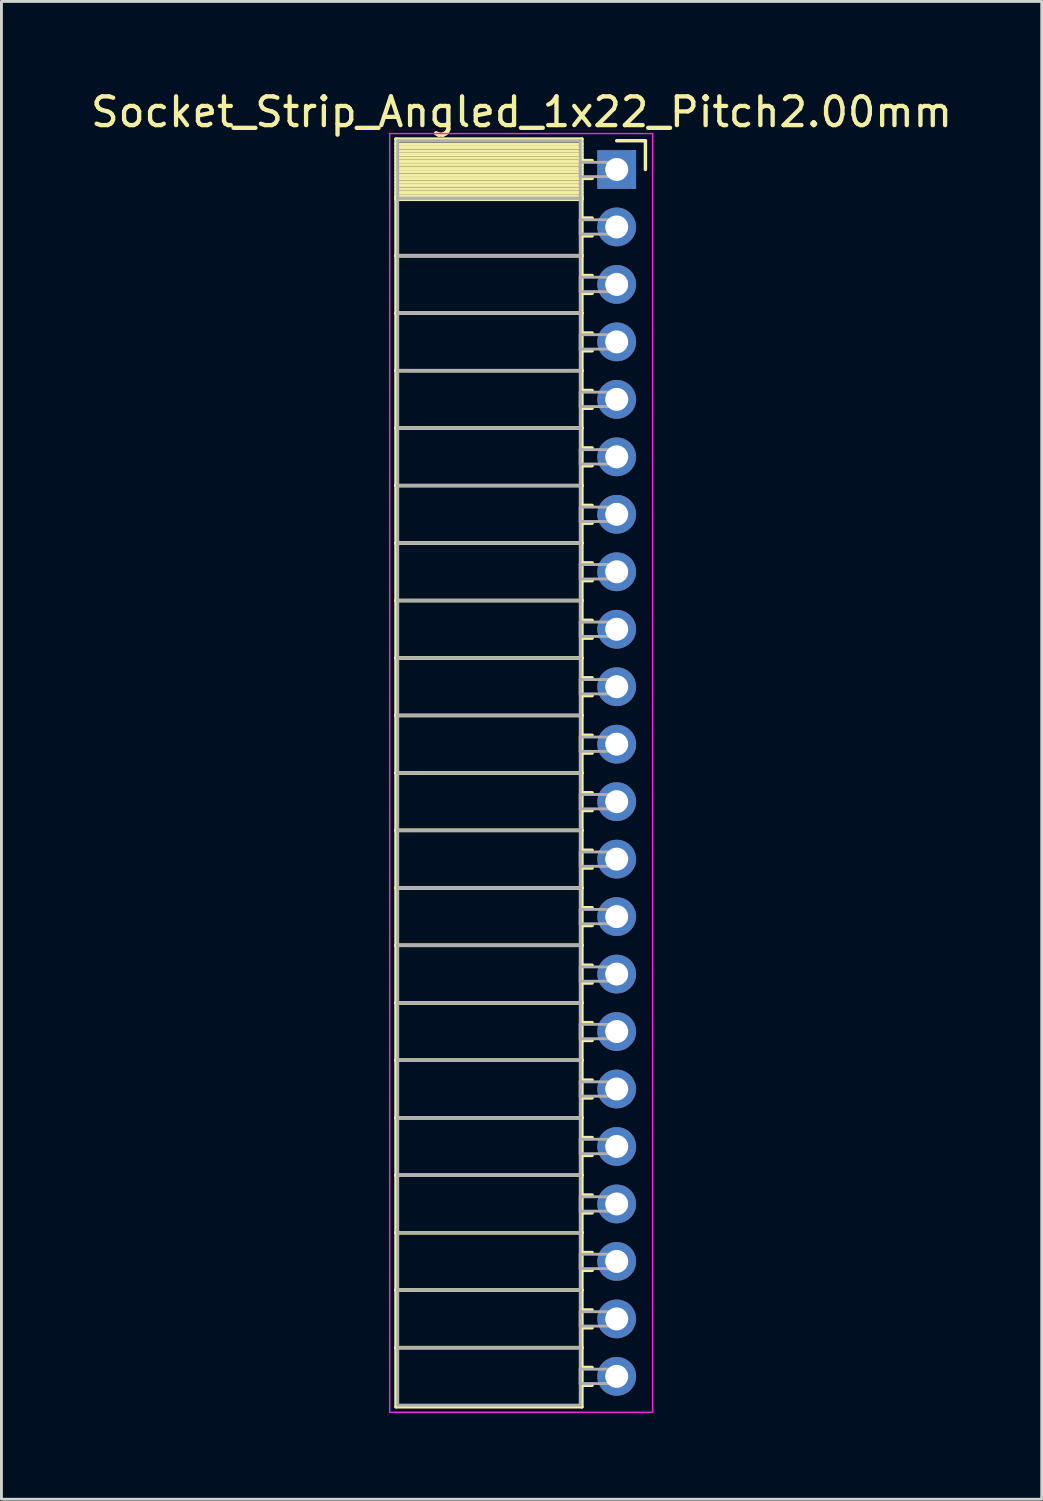
<source format=kicad_pcb>
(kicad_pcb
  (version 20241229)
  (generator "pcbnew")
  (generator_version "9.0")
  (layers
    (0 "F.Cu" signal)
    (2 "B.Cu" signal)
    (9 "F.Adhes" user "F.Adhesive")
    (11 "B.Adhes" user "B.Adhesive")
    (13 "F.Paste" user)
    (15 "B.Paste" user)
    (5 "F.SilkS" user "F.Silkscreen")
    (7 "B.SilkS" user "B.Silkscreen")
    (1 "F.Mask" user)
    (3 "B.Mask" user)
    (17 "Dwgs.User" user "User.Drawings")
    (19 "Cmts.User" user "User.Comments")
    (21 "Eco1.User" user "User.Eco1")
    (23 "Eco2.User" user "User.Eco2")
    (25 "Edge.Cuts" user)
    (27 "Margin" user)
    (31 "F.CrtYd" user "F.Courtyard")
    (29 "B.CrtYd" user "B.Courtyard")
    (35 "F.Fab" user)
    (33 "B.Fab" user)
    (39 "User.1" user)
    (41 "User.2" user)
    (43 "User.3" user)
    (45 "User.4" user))
  (footprint "Socket_Strip_Angled_1x22_Pitch2.00mm"
    (layer "F.Cu")
    (at 18.411 2.848)
    (property "Reference" "Socket_Strip_Angled_1x22_Pitch2.00mm" (at -3.31 -2 0) (layer "F.SilkS") (effects (font (size 1 1) (thickness 0.15))))
    (attr through_hole)
    (fp_line (start -7.68 -1.06) (end -1.21 -1.06) (stroke (width 0.12) (type solid)) (layer "F.SilkS"))
    (fp_line (start -7.68 1) (end -7.68 -1.06) (stroke (width 0.12) (type solid)) (layer "F.SilkS"))
    (fp_line (start -7.68 1) (end -1.21 1) (stroke (width 0.12) (type solid)) (layer "F.SilkS"))
    (fp_line (start -7.68 3) (end -7.68 1) (stroke (width 0.12) (type solid)) (layer "F.SilkS"))
    (fp_line (start -7.68 3) (end -1.21 3) (stroke (width 0.12) (type solid)) (layer "F.SilkS"))
    (fp_line (start -7.68 5) (end -7.68 3) (stroke (width 0.12) (type solid)) (layer "F.SilkS"))
    (fp_line (start -7.68 5) (end -1.21 5) (stroke (width 0.12) (type solid)) (layer "F.SilkS"))
    (fp_line (start -7.68 7) (end -7.68 5) (stroke (width 0.12) (type solid)) (layer "F.SilkS"))
    (fp_line (start -7.68 7) (end -1.21 7) (stroke (width 0.12) (type solid)) (layer "F.SilkS"))
    (fp_line (start -7.68 9) (end -7.68 7) (stroke (width 0.12) (type solid)) (layer "F.SilkS"))
    (fp_line (start -7.68 9) (end -1.21 9) (stroke (width 0.12) (type solid)) (layer "F.SilkS"))
    (fp_line (start -7.68 11) (end -7.68 9) (stroke (width 0.12) (type solid)) (layer "F.SilkS"))
    (fp_line (start -7.68 11) (end -1.21 11) (stroke (width 0.12) (type solid)) (layer "F.SilkS"))
    (fp_line (start -7.68 13) (end -7.68 11) (stroke (width 0.12) (type solid)) (layer "F.SilkS"))
    (fp_line (start -7.68 13) (end -1.21 13) (stroke (width 0.12) (type solid)) (layer "F.SilkS"))
    (fp_line (start -7.68 15) (end -7.68 13) (stroke (width 0.12) (type solid)) (layer "F.SilkS"))
    (fp_line (start -7.68 15) (end -1.21 15) (stroke (width 0.12) (type solid)) (layer "F.SilkS"))
    (fp_line (start -7.68 17) (end -7.68 15) (stroke (width 0.12) (type solid)) (layer "F.SilkS"))
    (fp_line (start -7.68 17) (end -1.21 17) (stroke (width 0.12) (type solid)) (layer "F.SilkS"))
    (fp_line (start -7.68 19) (end -7.68 17) (stroke (width 0.12) (type solid)) (layer "F.SilkS"))
    (fp_line (start -7.68 19) (end -1.21 19) (stroke (width 0.12) (type solid)) (layer "F.SilkS"))
    (fp_line (start -7.68 21) (end -7.68 19) (stroke (width 0.12) (type solid)) (layer "F.SilkS"))
    (fp_line (start -7.68 21) (end -1.21 21) (stroke (width 0.12) (type solid)) (layer "F.SilkS"))
    (fp_line (start -7.68 23) (end -7.68 21) (stroke (width 0.12) (type solid)) (layer "F.SilkS"))
    (fp_line (start -7.68 23) (end -1.21 23) (stroke (width 0.12) (type solid)) (layer "F.SilkS"))
    (fp_line (start -7.68 25) (end -7.68 23) (stroke (width 0.12) (type solid)) (layer "F.SilkS"))
    (fp_line (start -7.68 25) (end -1.21 25) (stroke (width 0.12) (type solid)) (layer "F.SilkS"))
    (fp_line (start -7.68 27) (end -7.68 25) (stroke (width 0.12) (type solid)) (layer "F.SilkS"))
    (fp_line (start -7.68 27) (end -1.21 27) (stroke (width 0.12) (type solid)) (layer "F.SilkS"))
    (fp_line (start -7.68 29) (end -7.68 27) (stroke (width 0.12) (type solid)) (layer "F.SilkS"))
    (fp_line (start -7.68 29) (end -1.21 29) (stroke (width 0.12) (type solid)) (layer "F.SilkS"))
    (fp_line (start -7.68 31) (end -7.68 29) (stroke (width 0.12) (type solid)) (layer "F.SilkS"))
    (fp_line (start -7.68 31) (end -1.21 31) (stroke (width 0.12) (type solid)) (layer "F.SilkS"))
    (fp_line (start -7.68 33) (end -7.68 31) (stroke (width 0.12) (type solid)) (layer "F.SilkS"))
    (fp_line (start -7.68 33) (end -1.21 33) (stroke (width 0.12) (type solid)) (layer "F.SilkS"))
    (fp_line (start -7.68 35) (end -7.68 33) (stroke (width 0.12) (type solid)) (layer "F.SilkS"))
    (fp_line (start -7.68 35) (end -1.21 35) (stroke (width 0.12) (type solid)) (layer "F.SilkS"))
    (fp_line (start -7.68 37) (end -7.68 35) (stroke (width 0.12) (type solid)) (layer "F.SilkS"))
    (fp_line (start -7.68 37) (end -1.21 37) (stroke (width 0.12) (type solid)) (layer "F.SilkS"))
    (fp_line (start -7.68 39) (end -7.68 37) (stroke (width 0.12) (type solid)) (layer "F.SilkS"))
    (fp_line (start -7.68 39) (end -1.21 39) (stroke (width 0.12) (type solid)) (layer "F.SilkS"))
    (fp_line (start -7.68 41) (end -7.68 39) (stroke (width 0.12) (type solid)) (layer "F.SilkS"))
    (fp_line (start -7.68 41) (end -1.21 41) (stroke (width 0.12) (type solid)) (layer "F.SilkS"))
    (fp_line (start -7.68 43.06) (end -7.68 41) (stroke (width 0.12) (type solid)) (layer "F.SilkS"))
    (fp_line (start -1.21 -1.06) (end -1.21 1) (stroke (width 0.12) (type solid)) (layer "F.SilkS"))
    (fp_line (start -1.21 -0.88) (end -7.68 -0.88) (stroke (width 0.12) (type solid)) (layer "F.SilkS"))
    (fp_line (start -1.21 -0.76) (end -7.68 -0.76) (stroke (width 0.12) (type solid)) (layer "F.SilkS"))
    (fp_line (start -1.21 -0.64) (end -7.68 -0.64) (stroke (width 0.12) (type solid)) (layer "F.SilkS"))
    (fp_line (start -1.21 -0.52) (end -7.68 -0.52) (stroke (width 0.12) (type solid)) (layer "F.SilkS"))
    (fp_line (start -1.21 -0.4) (end -7.68 -0.4) (stroke (width 0.12) (type solid)) (layer "F.SilkS"))
    (fp_line (start -1.21 -0.28) (end -7.68 -0.28) (stroke (width 0.12) (type solid)) (layer "F.SilkS"))
    (fp_line (start -1.21 -0.16) (end -7.68 -0.16) (stroke (width 0.12) (type solid)) (layer "F.SilkS"))
    (fp_line (start -1.21 -0.04) (end -7.68 -0.04) (stroke (width 0.12) (type solid)) (layer "F.SilkS"))
    (fp_line (start -1.21 0.08) (end -7.68 0.08) (stroke (width 0.12) (type solid)) (layer "F.SilkS"))
    (fp_line (start -1.21 0.2) (end -7.68 0.2) (stroke (width 0.12) (type solid)) (layer "F.SilkS"))
    (fp_line (start -1.21 0.32) (end -7.68 0.32) (stroke (width 0.12) (type solid)) (layer "F.SilkS"))
    (fp_line (start -1.21 0.44) (end -7.68 0.44) (stroke (width 0.12) (type solid)) (layer "F.SilkS"))
    (fp_line (start -1.21 0.56) (end -7.68 0.56) (stroke (width 0.12) (type solid)) (layer "F.SilkS"))
    (fp_line (start -1.21 0.68) (end -7.68 0.68) (stroke (width 0.12) (type solid)) (layer "F.SilkS"))
    (fp_line (start -1.21 0.8) (end -7.68 0.8) (stroke (width 0.12) (type solid)) (layer "F.SilkS"))
    (fp_line (start -1.21 0.92) (end -7.68 0.92) (stroke (width 0.12) (type solid)) (layer "F.SilkS"))
    (fp_line (start -1.21 1) (end -7.68 1) (stroke (width 0.12) (type solid)) (layer "F.SilkS"))
    (fp_line (start -1.21 1) (end -1.21 3) (stroke (width 0.12) (type solid)) (layer "F.SilkS"))
    (fp_line (start -1.21 1.04) (end -7.68 1.04) (stroke (width 0.12) (type solid)) (layer "F.SilkS"))
    (fp_line (start -1.21 3) (end -7.68 3) (stroke (width 0.12) (type solid)) (layer "F.SilkS"))
    (fp_line (start -1.21 3) (end -1.21 5) (stroke (width 0.12) (type solid)) (layer "F.SilkS"))
    (fp_line (start -1.21 5) (end -7.68 5) (stroke (width 0.12) (type solid)) (layer "F.SilkS"))
    (fp_line (start -1.21 5) (end -1.21 7) (stroke (width 0.12) (type solid)) (layer "F.SilkS"))
    (fp_line (start -1.21 7) (end -7.68 7) (stroke (width 0.12) (type solid)) (layer "F.SilkS"))
    (fp_line (start -1.21 7) (end -1.21 9) (stroke (width 0.12) (type solid)) (layer "F.SilkS"))
    (fp_line (start -1.21 9) (end -7.68 9) (stroke (width 0.12) (type solid)) (layer "F.SilkS"))
    (fp_line (start -1.21 9) (end -1.21 11) (stroke (width 0.12) (type solid)) (layer "F.SilkS"))
    (fp_line (start -1.21 11) (end -7.68 11) (stroke (width 0.12) (type solid)) (layer "F.SilkS"))
    (fp_line (start -1.21 11) (end -1.21 13) (stroke (width 0.12) (type solid)) (layer "F.SilkS"))
    (fp_line (start -1.21 13) (end -7.68 13) (stroke (width 0.12) (type solid)) (layer "F.SilkS"))
    (fp_line (start -1.21 13) (end -1.21 15) (stroke (width 0.12) (type solid)) (layer "F.SilkS"))
    (fp_line (start -1.21 15) (end -7.68 15) (stroke (width 0.12) (type solid)) (layer "F.SilkS"))
    (fp_line (start -1.21 15) (end -1.21 17) (stroke (width 0.12) (type solid)) (layer "F.SilkS"))
    (fp_line (start -1.21 17) (end -7.68 17) (stroke (width 0.12) (type solid)) (layer "F.SilkS"))
    (fp_line (start -1.21 17) (end -1.21 19) (stroke (width 0.12) (type solid)) (layer "F.SilkS"))
    (fp_line (start -1.21 19) (end -7.68 19) (stroke (width 0.12) (type solid)) (layer "F.SilkS"))
    (fp_line (start -1.21 19) (end -1.21 21) (stroke (width 0.12) (type solid)) (layer "F.SilkS"))
    (fp_line (start -1.21 21) (end -7.68 21) (stroke (width 0.12) (type solid)) (layer "F.SilkS"))
    (fp_line (start -1.21 21) (end -1.21 23) (stroke (width 0.12) (type solid)) (layer "F.SilkS"))
    (fp_line (start -1.21 23) (end -7.68 23) (stroke (width 0.12) (type solid)) (layer "F.SilkS"))
    (fp_line (start -1.21 23) (end -1.21 25) (stroke (width 0.12) (type solid)) (layer "F.SilkS"))
    (fp_line (start -1.21 25) (end -7.68 25) (stroke (width 0.12) (type solid)) (layer "F.SilkS"))
    (fp_line (start -1.21 25) (end -1.21 27) (stroke (width 0.12) (type solid)) (layer "F.SilkS"))
    (fp_line (start -1.21 27) (end -7.68 27) (stroke (width 0.12) (type solid)) (layer "F.SilkS"))
    (fp_line (start -1.21 27) (end -1.21 29) (stroke (width 0.12) (type solid)) (layer "F.SilkS"))
    (fp_line (start -1.21 29) (end -7.68 29) (stroke (width 0.12) (type solid)) (layer "F.SilkS"))
    (fp_line (start -1.21 29) (end -1.21 31) (stroke (width 0.12) (type solid)) (layer "F.SilkS"))
    (fp_line (start -1.21 31) (end -7.68 31) (stroke (width 0.12) (type solid)) (layer "F.SilkS"))
    (fp_line (start -1.21 31) (end -1.21 33) (stroke (width 0.12) (type solid)) (layer "F.SilkS"))
    (fp_line (start -1.21 33) (end -7.68 33) (stroke (width 0.12) (type solid)) (layer "F.SilkS"))
    (fp_line (start -1.21 33) (end -1.21 35) (stroke (width 0.12) (type solid)) (layer "F.SilkS"))
    (fp_line (start -1.21 35) (end -7.68 35) (stroke (width 0.12) (type solid)) (layer "F.SilkS"))
    (fp_line (start -1.21 35) (end -1.21 37) (stroke (width 0.12) (type solid)) (layer "F.SilkS"))
    (fp_line (start -1.21 37) (end -7.68 37) (stroke (width 0.12) (type solid)) (layer "F.SilkS"))
    (fp_line (start -1.21 37) (end -1.21 39) (stroke (width 0.12) (type solid)) (layer "F.SilkS"))
    (fp_line (start -1.21 39) (end -7.68 39) (stroke (width 0.12) (type solid)) (layer "F.SilkS"))
    (fp_line (start -1.21 39) (end -1.21 41) (stroke (width 0.12) (type solid)) (layer "F.SilkS"))
    (fp_line (start -1.21 41) (end -7.68 41) (stroke (width 0.12) (type solid)) (layer "F.SilkS"))
    (fp_line (start -1.21 41) (end -1.21 43.06) (stroke (width 0.12) (type solid)) (layer "F.SilkS"))
    (fp_line (start -1.21 43.06) (end -7.68 43.06) (stroke (width 0.12) (type solid)) (layer "F.SilkS"))
    (fp_line (start -0.855 -0.31) (end -1.21 -0.31) (stroke (width 0.12) (type solid)) (layer "F.SilkS"))
    (fp_line (start -0.855 0.31) (end -1.21 0.31) (stroke (width 0.12) (type solid)) (layer "F.SilkS"))
    (fp_line (start -0.855 1.69) (end -1.21 1.69) (stroke (width 0.12) (type solid)) (layer "F.SilkS"))
    (fp_line (start -0.855 2.31) (end -1.21 2.31) (stroke (width 0.12) (type solid)) (layer "F.SilkS"))
    (fp_line (start -0.855 3.69) (end -1.21 3.69) (stroke (width 0.12) (type solid)) (layer "F.SilkS"))
    (fp_line (start -0.855 4.31) (end -1.21 4.31) (stroke (width 0.12) (type solid)) (layer "F.SilkS"))
    (fp_line (start -0.855 5.69) (end -1.21 5.69) (stroke (width 0.12) (type solid)) (layer "F.SilkS"))
    (fp_line (start -0.855 6.31) (end -1.21 6.31) (stroke (width 0.12) (type solid)) (layer "F.SilkS"))
    (fp_line (start -0.855 7.69) (end -1.21 7.69) (stroke (width 0.12) (type solid)) (layer "F.SilkS"))
    (fp_line (start -0.855 8.31) (end -1.21 8.31) (stroke (width 0.12) (type solid)) (layer "F.SilkS"))
    (fp_line (start -0.855 9.69) (end -1.21 9.69) (stroke (width 0.12) (type solid)) (layer "F.SilkS"))
    (fp_line (start -0.855 10.31) (end -1.21 10.31) (stroke (width 0.12) (type solid)) (layer "F.SilkS"))
    (fp_line (start -0.855 11.69) (end -1.21 11.69) (stroke (width 0.12) (type solid)) (layer "F.SilkS"))
    (fp_line (start -0.855 12.31) (end -1.21 12.31) (stroke (width 0.12) (type solid)) (layer "F.SilkS"))
    (fp_line (start -0.855 13.69) (end -1.21 13.69) (stroke (width 0.12) (type solid)) (layer "F.SilkS"))
    (fp_line (start -0.855 14.31) (end -1.21 14.31) (stroke (width 0.12) (type solid)) (layer "F.SilkS"))
    (fp_line (start -0.855 15.69) (end -1.21 15.69) (stroke (width 0.12) (type solid)) (layer "F.SilkS"))
    (fp_line (start -0.855 16.31) (end -1.21 16.31) (stroke (width 0.12) (type solid)) (layer "F.SilkS"))
    (fp_line (start -0.855 17.69) (end -1.21 17.69) (stroke (width 0.12) (type solid)) (layer "F.SilkS"))
    (fp_line (start -0.855 18.31) (end -1.21 18.31) (stroke (width 0.12) (type solid)) (layer "F.SilkS"))
    (fp_line (start -0.855 19.69) (end -1.21 19.69) (stroke (width 0.12) (type solid)) (layer "F.SilkS"))
    (fp_line (start -0.855 20.31) (end -1.21 20.31) (stroke (width 0.12) (type solid)) (layer "F.SilkS"))
    (fp_line (start -0.855 21.69) (end -1.21 21.69) (stroke (width 0.12) (type solid)) (layer "F.SilkS"))
    (fp_line (start -0.855 22.31) (end -1.21 22.31) (stroke (width 0.12) (type solid)) (layer "F.SilkS"))
    (fp_line (start -0.855 23.69) (end -1.21 23.69) (stroke (width 0.12) (type solid)) (layer "F.SilkS"))
    (fp_line (start -0.855 24.31) (end -1.21 24.31) (stroke (width 0.12) (type solid)) (layer "F.SilkS"))
    (fp_line (start -0.855 25.69) (end -1.21 25.69) (stroke (width 0.12) (type solid)) (layer "F.SilkS"))
    (fp_line (start -0.855 26.31) (end -1.21 26.31) (stroke (width 0.12) (type solid)) (layer "F.SilkS"))
    (fp_line (start -0.855 27.69) (end -1.21 27.69) (stroke (width 0.12) (type solid)) (layer "F.SilkS"))
    (fp_line (start -0.855 28.31) (end -1.21 28.31) (stroke (width 0.12) (type solid)) (layer "F.SilkS"))
    (fp_line (start -0.855 29.69) (end -1.21 29.69) (stroke (width 0.12) (type solid)) (layer "F.SilkS"))
    (fp_line (start -0.855 30.31) (end -1.21 30.31) (stroke (width 0.12) (type solid)) (layer "F.SilkS"))
    (fp_line (start -0.855 31.69) (end -1.21 31.69) (stroke (width 0.12) (type solid)) (layer "F.SilkS"))
    (fp_line (start -0.855 32.31) (end -1.21 32.31) (stroke (width 0.12) (type solid)) (layer "F.SilkS"))
    (fp_line (start -0.855 33.69) (end -1.21 33.69) (stroke (width 0.12) (type solid)) (layer "F.SilkS"))
    (fp_line (start -0.855 34.31) (end -1.21 34.31) (stroke (width 0.12) (type solid)) (layer "F.SilkS"))
    (fp_line (start -0.855 35.69) (end -1.21 35.69) (stroke (width 0.12) (type solid)) (layer "F.SilkS"))
    (fp_line (start -0.855 36.31) (end -1.21 36.31) (stroke (width 0.12) (type solid)) (layer "F.SilkS"))
    (fp_line (start -0.855 37.69) (end -1.21 37.69) (stroke (width 0.12) (type solid)) (layer "F.SilkS"))
    (fp_line (start -0.855 38.31) (end -1.21 38.31) (stroke (width 0.12) (type solid)) (layer "F.SilkS"))
    (fp_line (start -0.855 39.69) (end -1.21 39.69) (stroke (width 0.12) (type solid)) (layer "F.SilkS"))
    (fp_line (start -0.855 40.31) (end -1.21 40.31) (stroke (width 0.12) (type solid)) (layer "F.SilkS"))
    (fp_line (start -0.855 41.69) (end -1.21 41.69) (stroke (width 0.12) (type solid)) (layer "F.SilkS"))
    (fp_line (start -0.855 42.31) (end -1.21 42.31) (stroke (width 0.12) (type solid)) (layer "F.SilkS"))
    (fp_line (start 0 -1) (end 1 -1) (stroke (width 0.12) (type solid)) (layer "F.SilkS"))
    (fp_line (start 1 -1) (end 1 0) (stroke (width 0.12) (type solid)) (layer "F.SilkS"))
    (fp_line (start -7.9 -1.25) (end 1.25 -1.25) (stroke (width 0.05) (type solid)) (layer "F.CrtYd"))
    (fp_line (start -7.9 43.25) (end -7.9 -1.25) (stroke (width 0.05) (type solid)) (layer "F.CrtYd"))
    (fp_line (start 1.25 -1.25) (end 1.25 43.25) (stroke (width 0.05) (type solid)) (layer "F.CrtYd"))
    (fp_line (start 1.25 43.25) (end -7.9 43.25) (stroke (width 0.05) (type solid)) (layer "F.CrtYd"))
    (fp_line (start -7.62 -1) (end -1.27 -1) (stroke (width 0.1) (type solid)) (layer "F.Fab"))
    (fp_line (start -7.62 1) (end -7.62 -1) (stroke (width 0.1) (type solid)) (layer "F.Fab"))
    (fp_line (start -7.62 1) (end -1.27 1) (stroke (width 0.1) (type solid)) (layer "F.Fab"))
    (fp_line (start -7.62 3) (end -7.62 1) (stroke (width 0.1) (type solid)) (layer "F.Fab"))
    (fp_line (start -7.62 3) (end -1.27 3) (stroke (width 0.1) (type solid)) (layer "F.Fab"))
    (fp_line (start -7.62 5) (end -7.62 3) (stroke (width 0.1) (type solid)) (layer "F.Fab"))
    (fp_line (start -7.62 5) (end -1.27 5) (stroke (width 0.1) (type solid)) (layer "F.Fab"))
    (fp_line (start -7.62 7) (end -7.62 5) (stroke (width 0.1) (type solid)) (layer "F.Fab"))
    (fp_line (start -7.62 7) (end -1.27 7) (stroke (width 0.1) (type solid)) (layer "F.Fab"))
    (fp_line (start -7.62 9) (end -7.62 7) (stroke (width 0.1) (type solid)) (layer "F.Fab"))
    (fp_line (start -7.62 9) (end -1.27 9) (stroke (width 0.1) (type solid)) (layer "F.Fab"))
    (fp_line (start -7.62 11) (end -7.62 9) (stroke (width 0.1) (type solid)) (layer "F.Fab"))
    (fp_line (start -7.62 11) (end -1.27 11) (stroke (width 0.1) (type solid)) (layer "F.Fab"))
    (fp_line (start -7.62 13) (end -7.62 11) (stroke (width 0.1) (type solid)) (layer "F.Fab"))
    (fp_line (start -7.62 13) (end -1.27 13) (stroke (width 0.1) (type solid)) (layer "F.Fab"))
    (fp_line (start -7.62 15) (end -7.62 13) (stroke (width 0.1) (type solid)) (layer "F.Fab"))
    (fp_line (start -7.62 15) (end -1.27 15) (stroke (width 0.1) (type solid)) (layer "F.Fab"))
    (fp_line (start -7.62 17) (end -7.62 15) (stroke (width 0.1) (type solid)) (layer "F.Fab"))
    (fp_line (start -7.62 17) (end -1.27 17) (stroke (width 0.1) (type solid)) (layer "F.Fab"))
    (fp_line (start -7.62 19) (end -7.62 17) (stroke (width 0.1) (type solid)) (layer "F.Fab"))
    (fp_line (start -7.62 19) (end -1.27 19) (stroke (width 0.1) (type solid)) (layer "F.Fab"))
    (fp_line (start -7.62 21) (end -7.62 19) (stroke (width 0.1) (type solid)) (layer "F.Fab"))
    (fp_line (start -7.62 21) (end -1.27 21) (stroke (width 0.1) (type solid)) (layer "F.Fab"))
    (fp_line (start -7.62 23) (end -7.62 21) (stroke (width 0.1) (type solid)) (layer "F.Fab"))
    (fp_line (start -7.62 23) (end -1.27 23) (stroke (width 0.1) (type solid)) (layer "F.Fab"))
    (fp_line (start -7.62 25) (end -7.62 23) (stroke (width 0.1) (type solid)) (layer "F.Fab"))
    (fp_line (start -7.62 25) (end -1.27 25) (stroke (width 0.1) (type solid)) (layer "F.Fab"))
    (fp_line (start -7.62 27) (end -7.62 25) (stroke (width 0.1) (type solid)) (layer "F.Fab"))
    (fp_line (start -7.62 27) (end -1.27 27) (stroke (width 0.1) (type solid)) (layer "F.Fab"))
    (fp_line (start -7.62 29) (end -7.62 27) (stroke (width 0.1) (type solid)) (layer "F.Fab"))
    (fp_line (start -7.62 29) (end -1.27 29) (stroke (width 0.1) (type solid)) (layer "F.Fab"))
    (fp_line (start -7.62 31) (end -7.62 29) (stroke (width 0.1) (type solid)) (layer "F.Fab"))
    (fp_line (start -7.62 31) (end -1.27 31) (stroke (width 0.1) (type solid)) (layer "F.Fab"))
    (fp_line (start -7.62 33) (end -7.62 31) (stroke (width 0.1) (type solid)) (layer "F.Fab"))
    (fp_line (start -7.62 33) (end -1.27 33) (stroke (width 0.1) (type solid)) (layer "F.Fab"))
    (fp_line (start -7.62 35) (end -7.62 33) (stroke (width 0.1) (type solid)) (layer "F.Fab"))
    (fp_line (start -7.62 35) (end -1.27 35) (stroke (width 0.1) (type solid)) (layer "F.Fab"))
    (fp_line (start -7.62 37) (end -7.62 35) (stroke (width 0.1) (type solid)) (layer "F.Fab"))
    (fp_line (start -7.62 37) (end -1.27 37) (stroke (width 0.1) (type solid)) (layer "F.Fab"))
    (fp_line (start -7.62 39) (end -7.62 37) (stroke (width 0.1) (type solid)) (layer "F.Fab"))
    (fp_line (start -7.62 39) (end -1.27 39) (stroke (width 0.1) (type solid)) (layer "F.Fab"))
    (fp_line (start -7.62 41) (end -7.62 39) (stroke (width 0.1) (type solid)) (layer "F.Fab"))
    (fp_line (start -7.62 41) (end -1.27 41) (stroke (width 0.1) (type solid)) (layer "F.Fab"))
    (fp_line (start -7.62 43) (end -7.62 41) (stroke (width 0.1) (type solid)) (layer "F.Fab"))
    (fp_line (start -1.27 -1) (end -1.27 1) (stroke (width 0.1) (type solid)) (layer "F.Fab"))
    (fp_line (start -1.27 -0.25) (end 0 -0.25) (stroke (width 0.1) (type solid)) (layer "F.Fab"))
    (fp_line (start -1.27 0.25) (end -1.27 -0.25) (stroke (width 0.1) (type solid)) (layer "F.Fab"))
    (fp_line (start -1.27 1) (end -7.62 1) (stroke (width 0.1) (type solid)) (layer "F.Fab"))
    (fp_line (start -1.27 1) (end -1.27 3) (stroke (width 0.1) (type solid)) (layer "F.Fab"))
    (fp_line (start -1.27 1.75) (end 0 1.75) (stroke (width 0.1) (type solid)) (layer "F.Fab"))
    (fp_line (start -1.27 2.25) (end -1.27 1.75) (stroke (width 0.1) (type solid)) (layer "F.Fab"))
    (fp_line (start -1.27 3) (end -7.62 3) (stroke (width 0.1) (type solid)) (layer "F.Fab"))
    (fp_line (start -1.27 3) (end -1.27 5) (stroke (width 0.1) (type solid)) (layer "F.Fab"))
    (fp_line (start -1.27 3.75) (end 0 3.75) (stroke (width 0.1) (type solid)) (layer "F.Fab"))
    (fp_line (start -1.27 4.25) (end -1.27 3.75) (stroke (width 0.1) (type solid)) (layer "F.Fab"))
    (fp_line (start -1.27 5) (end -7.62 5) (stroke (width 0.1) (type solid)) (layer "F.Fab"))
    (fp_line (start -1.27 5) (end -1.27 7) (stroke (width 0.1) (type solid)) (layer "F.Fab"))
    (fp_line (start -1.27 5.75) (end 0 5.75) (stroke (width 0.1) (type solid)) (layer "F.Fab"))
    (fp_line (start -1.27 6.25) (end -1.27 5.75) (stroke (width 0.1) (type solid)) (layer "F.Fab"))
    (fp_line (start -1.27 7) (end -7.62 7) (stroke (width 0.1) (type solid)) (layer "F.Fab"))
    (fp_line (start -1.27 7) (end -1.27 9) (stroke (width 0.1) (type solid)) (layer "F.Fab"))
    (fp_line (start -1.27 7.75) (end 0 7.75) (stroke (width 0.1) (type solid)) (layer "F.Fab"))
    (fp_line (start -1.27 8.25) (end -1.27 7.75) (stroke (width 0.1) (type solid)) (layer "F.Fab"))
    (fp_line (start -1.27 9) (end -7.62 9) (stroke (width 0.1) (type solid)) (layer "F.Fab"))
    (fp_line (start -1.27 9) (end -1.27 11) (stroke (width 0.1) (type solid)) (layer "F.Fab"))
    (fp_line (start -1.27 9.75) (end 0 9.75) (stroke (width 0.1) (type solid)) (layer "F.Fab"))
    (fp_line (start -1.27 10.25) (end -1.27 9.75) (stroke (width 0.1) (type solid)) (layer "F.Fab"))
    (fp_line (start -1.27 11) (end -7.62 11) (stroke (width 0.1) (type solid)) (layer "F.Fab"))
    (fp_line (start -1.27 11) (end -1.27 13) (stroke (width 0.1) (type solid)) (layer "F.Fab"))
    (fp_line (start -1.27 11.75) (end 0 11.75) (stroke (width 0.1) (type solid)) (layer "F.Fab"))
    (fp_line (start -1.27 12.25) (end -1.27 11.75) (stroke (width 0.1) (type solid)) (layer "F.Fab"))
    (fp_line (start -1.27 13) (end -7.62 13) (stroke (width 0.1) (type solid)) (layer "F.Fab"))
    (fp_line (start -1.27 13) (end -1.27 15) (stroke (width 0.1) (type solid)) (layer "F.Fab"))
    (fp_line (start -1.27 13.75) (end 0 13.75) (stroke (width 0.1) (type solid)) (layer "F.Fab"))
    (fp_line (start -1.27 14.25) (end -1.27 13.75) (stroke (width 0.1) (type solid)) (layer "F.Fab"))
    (fp_line (start -1.27 15) (end -7.62 15) (stroke (width 0.1) (type solid)) (layer "F.Fab"))
    (fp_line (start -1.27 15) (end -1.27 17) (stroke (width 0.1) (type solid)) (layer "F.Fab"))
    (fp_line (start -1.27 15.75) (end 0 15.75) (stroke (width 0.1) (type solid)) (layer "F.Fab"))
    (fp_line (start -1.27 16.25) (end -1.27 15.75) (stroke (width 0.1) (type solid)) (layer "F.Fab"))
    (fp_line (start -1.27 17) (end -7.62 17) (stroke (width 0.1) (type solid)) (layer "F.Fab"))
    (fp_line (start -1.27 17) (end -1.27 19) (stroke (width 0.1) (type solid)) (layer "F.Fab"))
    (fp_line (start -1.27 17.75) (end 0 17.75) (stroke (width 0.1) (type solid)) (layer "F.Fab"))
    (fp_line (start -1.27 18.25) (end -1.27 17.75) (stroke (width 0.1) (type solid)) (layer "F.Fab"))
    (fp_line (start -1.27 19) (end -7.62 19) (stroke (width 0.1) (type solid)) (layer "F.Fab"))
    (fp_line (start -1.27 19) (end -1.27 21) (stroke (width 0.1) (type solid)) (layer "F.Fab"))
    (fp_line (start -1.27 19.75) (end 0 19.75) (stroke (width 0.1) (type solid)) (layer "F.Fab"))
    (fp_line (start -1.27 20.25) (end -1.27 19.75) (stroke (width 0.1) (type solid)) (layer "F.Fab"))
    (fp_line (start -1.27 21) (end -7.62 21) (stroke (width 0.1) (type solid)) (layer "F.Fab"))
    (fp_line (start -1.27 21) (end -1.27 23) (stroke (width 0.1) (type solid)) (layer "F.Fab"))
    (fp_line (start -1.27 21.75) (end 0 21.75) (stroke (width 0.1) (type solid)) (layer "F.Fab"))
    (fp_line (start -1.27 22.25) (end -1.27 21.75) (stroke (width 0.1) (type solid)) (layer "F.Fab"))
    (fp_line (start -1.27 23) (end -7.62 23) (stroke (width 0.1) (type solid)) (layer "F.Fab"))
    (fp_line (start -1.27 23) (end -1.27 25) (stroke (width 0.1) (type solid)) (layer "F.Fab"))
    (fp_line (start -1.27 23.75) (end 0 23.75) (stroke (width 0.1) (type solid)) (layer "F.Fab"))
    (fp_line (start -1.27 24.25) (end -1.27 23.75) (stroke (width 0.1) (type solid)) (layer "F.Fab"))
    (fp_line (start -1.27 25) (end -7.62 25) (stroke (width 0.1) (type solid)) (layer "F.Fab"))
    (fp_line (start -1.27 25) (end -1.27 27) (stroke (width 0.1) (type solid)) (layer "F.Fab"))
    (fp_line (start -1.27 25.75) (end 0 25.75) (stroke (width 0.1) (type solid)) (layer "F.Fab"))
    (fp_line (start -1.27 26.25) (end -1.27 25.75) (stroke (width 0.1) (type solid)) (layer "F.Fab"))
    (fp_line (start -1.27 27) (end -7.62 27) (stroke (width 0.1) (type solid)) (layer "F.Fab"))
    (fp_line (start -1.27 27) (end -1.27 29) (stroke (width 0.1) (type solid)) (layer "F.Fab"))
    (fp_line (start -1.27 27.75) (end 0 27.75) (stroke (width 0.1) (type solid)) (layer "F.Fab"))
    (fp_line (start -1.27 28.25) (end -1.27 27.75) (stroke (width 0.1) (type solid)) (layer "F.Fab"))
    (fp_line (start -1.27 29) (end -7.62 29) (stroke (width 0.1) (type solid)) (layer "F.Fab"))
    (fp_line (start -1.27 29) (end -1.27 31) (stroke (width 0.1) (type solid)) (layer "F.Fab"))
    (fp_line (start -1.27 29.75) (end 0 29.75) (stroke (width 0.1) (type solid)) (layer "F.Fab"))
    (fp_line (start -1.27 30.25) (end -1.27 29.75) (stroke (width 0.1) (type solid)) (layer "F.Fab"))
    (fp_line (start -1.27 31) (end -7.62 31) (stroke (width 0.1) (type solid)) (layer "F.Fab"))
    (fp_line (start -1.27 31) (end -1.27 33) (stroke (width 0.1) (type solid)) (layer "F.Fab"))
    (fp_line (start -1.27 31.75) (end 0 31.75) (stroke (width 0.1) (type solid)) (layer "F.Fab"))
    (fp_line (start -1.27 32.25) (end -1.27 31.75) (stroke (width 0.1) (type solid)) (layer "F.Fab"))
    (fp_line (start -1.27 33) (end -7.62 33) (stroke (width 0.1) (type solid)) (layer "F.Fab"))
    (fp_line (start -1.27 33) (end -1.27 35) (stroke (width 0.1) (type solid)) (layer "F.Fab"))
    (fp_line (start -1.27 33.75) (end 0 33.75) (stroke (width 0.1) (type solid)) (layer "F.Fab"))
    (fp_line (start -1.27 34.25) (end -1.27 33.75) (stroke (width 0.1) (type solid)) (layer "F.Fab"))
    (fp_line (start -1.27 35) (end -7.62 35) (stroke (width 0.1) (type solid)) (layer "F.Fab"))
    (fp_line (start -1.27 35) (end -1.27 37) (stroke (width 0.1) (type solid)) (layer "F.Fab"))
    (fp_line (start -1.27 35.75) (end 0 35.75) (stroke (width 0.1) (type solid)) (layer "F.Fab"))
    (fp_line (start -1.27 36.25) (end -1.27 35.75) (stroke (width 0.1) (type solid)) (layer "F.Fab"))
    (fp_line (start -1.27 37) (end -7.62 37) (stroke (width 0.1) (type solid)) (layer "F.Fab"))
    (fp_line (start -1.27 37) (end -1.27 39) (stroke (width 0.1) (type solid)) (layer "F.Fab"))
    (fp_line (start -1.27 37.75) (end 0 37.75) (stroke (width 0.1) (type solid)) (layer "F.Fab"))
    (fp_line (start -1.27 38.25) (end -1.27 37.75) (stroke (width 0.1) (type solid)) (layer "F.Fab"))
    (fp_line (start -1.27 39) (end -7.62 39) (stroke (width 0.1) (type solid)) (layer "F.Fab"))
    (fp_line (start -1.27 39) (end -1.27 41) (stroke (width 0.1) (type solid)) (layer "F.Fab"))
    (fp_line (start -1.27 39.75) (end 0 39.75) (stroke (width 0.1) (type solid)) (layer "F.Fab"))
    (fp_line (start -1.27 40.25) (end -1.27 39.75) (stroke (width 0.1) (type solid)) (layer "F.Fab"))
    (fp_line (start -1.27 41) (end -7.62 41) (stroke (width 0.1) (type solid)) (layer "F.Fab"))
    (fp_line (start -1.27 41) (end -1.27 43) (stroke (width 0.1) (type solid)) (layer "F.Fab"))
    (fp_line (start -1.27 41.75) (end 0 41.75) (stroke (width 0.1) (type solid)) (layer "F.Fab"))
    (fp_line (start -1.27 42.25) (end -1.27 41.75) (stroke (width 0.1) (type solid)) (layer "F.Fab"))
    (fp_line (start -1.27 43) (end -7.62 43) (stroke (width 0.1) (type solid)) (layer "F.Fab"))
    (fp_line (start 0 -0.25) (end 0 0.25) (stroke (width 0.1) (type solid)) (layer "F.Fab"))
    (fp_line (start 0 0.25) (end -1.27 0.25) (stroke (width 0.1) (type solid)) (layer "F.Fab"))
    (fp_line (start 0 1.75) (end 0 2.25) (stroke (width 0.1) (type solid)) (layer "F.Fab"))
    (fp_line (start 0 2.25) (end -1.27 2.25) (stroke (width 0.1) (type solid)) (layer "F.Fab"))
    (fp_line (start 0 3.75) (end 0 4.25) (stroke (width 0.1) (type solid)) (layer "F.Fab"))
    (fp_line (start 0 4.25) (end -1.27 4.25) (stroke (width 0.1) (type solid)) (layer "F.Fab"))
    (fp_line (start 0 5.75) (end 0 6.25) (stroke (width 0.1) (type solid)) (layer "F.Fab"))
    (fp_line (start 0 6.25) (end -1.27 6.25) (stroke (width 0.1) (type solid)) (layer "F.Fab"))
    (fp_line (start 0 7.75) (end 0 8.25) (stroke (width 0.1) (type solid)) (layer "F.Fab"))
    (fp_line (start 0 8.25) (end -1.27 8.25) (stroke (width 0.1) (type solid)) (layer "F.Fab"))
    (fp_line (start 0 9.75) (end 0 10.25) (stroke (width 0.1) (type solid)) (layer "F.Fab"))
    (fp_line (start 0 10.25) (end -1.27 10.25) (stroke (width 0.1) (type solid)) (layer "F.Fab"))
    (fp_line (start 0 11.75) (end 0 12.25) (stroke (width 0.1) (type solid)) (layer "F.Fab"))
    (fp_line (start 0 12.25) (end -1.27 12.25) (stroke (width 0.1) (type solid)) (layer "F.Fab"))
    (fp_line (start 0 13.75) (end 0 14.25) (stroke (width 0.1) (type solid)) (layer "F.Fab"))
    (fp_line (start 0 14.25) (end -1.27 14.25) (stroke (width 0.1) (type solid)) (layer "F.Fab"))
    (fp_line (start 0 15.75) (end 0 16.25) (stroke (width 0.1) (type solid)) (layer "F.Fab"))
    (fp_line (start 0 16.25) (end -1.27 16.25) (stroke (width 0.1) (type solid)) (layer "F.Fab"))
    (fp_line (start 0 17.75) (end 0 18.25) (stroke (width 0.1) (type solid)) (layer "F.Fab"))
    (fp_line (start 0 18.25) (end -1.27 18.25) (stroke (width 0.1) (type solid)) (layer "F.Fab"))
    (fp_line (start 0 19.75) (end 0 20.25) (stroke (width 0.1) (type solid)) (layer "F.Fab"))
    (fp_line (start 0 20.25) (end -1.27 20.25) (stroke (width 0.1) (type solid)) (layer "F.Fab"))
    (fp_line (start 0 21.75) (end 0 22.25) (stroke (width 0.1) (type solid)) (layer "F.Fab"))
    (fp_line (start 0 22.25) (end -1.27 22.25) (stroke (width 0.1) (type solid)) (layer "F.Fab"))
    (fp_line (start 0 23.75) (end 0 24.25) (stroke (width 0.1) (type solid)) (layer "F.Fab"))
    (fp_line (start 0 24.25) (end -1.27 24.25) (stroke (width 0.1) (type solid)) (layer "F.Fab"))
    (fp_line (start 0 25.75) (end 0 26.25) (stroke (width 0.1) (type solid)) (layer "F.Fab"))
    (fp_line (start 0 26.25) (end -1.27 26.25) (stroke (width 0.1) (type solid)) (layer "F.Fab"))
    (fp_line (start 0 27.75) (end 0 28.25) (stroke (width 0.1) (type solid)) (layer "F.Fab"))
    (fp_line (start 0 28.25) (end -1.27 28.25) (stroke (width 0.1) (type solid)) (layer "F.Fab"))
    (fp_line (start 0 29.75) (end 0 30.25) (stroke (width 0.1) (type solid)) (layer "F.Fab"))
    (fp_line (start 0 30.25) (end -1.27 30.25) (stroke (width 0.1) (type solid)) (layer "F.Fab"))
    (fp_line (start 0 31.75) (end 0 32.25) (stroke (width 0.1) (type solid)) (layer "F.Fab"))
    (fp_line (start 0 32.25) (end -1.27 32.25) (stroke (width 0.1) (type solid)) (layer "F.Fab"))
    (fp_line (start 0 33.75) (end 0 34.25) (stroke (width 0.1) (type solid)) (layer "F.Fab"))
    (fp_line (start 0 34.25) (end -1.27 34.25) (stroke (width 0.1) (type solid)) (layer "F.Fab"))
    (fp_line (start 0 35.75) (end 0 36.25) (stroke (width 0.1) (type solid)) (layer "F.Fab"))
    (fp_line (start 0 36.25) (end -1.27 36.25) (stroke (width 0.1) (type solid)) (layer "F.Fab"))
    (fp_line (start 0 37.75) (end 0 38.25) (stroke (width 0.1) (type solid)) (layer "F.Fab"))
    (fp_line (start 0 38.25) (end -1.27 38.25) (stroke (width 0.1) (type solid)) (layer "F.Fab"))
    (fp_line (start 0 39.75) (end 0 40.25) (stroke (width 0.1) (type solid)) (layer "F.Fab"))
    (fp_line (start 0 40.25) (end -1.27 40.25) (stroke (width 0.1) (type solid)) (layer "F.Fab"))
    (fp_line (start 0 41.75) (end 0 42.25) (stroke (width 0.1) (type solid)) (layer "F.Fab"))
    (fp_line (start 0 42.25) (end -1.27 42.25) (stroke (width 0.1) (type solid)) (layer "F.Fab"))
    (pad "1" thru_hole rect (at 0 0) (size 1.35 1.35) (drill 0.8) (layers "*.Cu" "*.Mask"))
    (pad "2" thru_hole oval (at 0 2) (size 1.35 1.35) (drill 0.8) (layers "*.Cu" "*.Mask"))
    (pad "3" thru_hole oval (at 0 4) (size 1.35 1.35) (drill 0.8) (layers "*.Cu" "*.Mask"))
    (pad "4" thru_hole oval (at 0 6) (size 1.35 1.35) (drill 0.8) (layers "*.Cu" "*.Mask"))
    (pad "5" thru_hole oval (at 0 8) (size 1.35 1.35) (drill 0.8) (layers "*.Cu" "*.Mask"))
    (pad "6" thru_hole oval (at 0 10) (size 1.35 1.35) (drill 0.8) (layers "*.Cu" "*.Mask"))
    (pad "7" thru_hole oval (at 0 12) (size 1.35 1.35) (drill 0.8) (layers "*.Cu" "*.Mask"))
    (pad "8" thru_hole oval (at 0 14) (size 1.35 1.35) (drill 0.8) (layers "*.Cu" "*.Mask"))
    (pad "9" thru_hole oval (at 0 16) (size 1.35 1.35) (drill 0.8) (layers "*.Cu" "*.Mask"))
    (pad "10" thru_hole oval (at 0 18) (size 1.35 1.35) (drill 0.8) (layers "*.Cu" "*.Mask"))
    (pad "11" thru_hole oval (at 0 20) (size 1.35 1.35) (drill 0.8) (layers "*.Cu" "*.Mask"))
    (pad "12" thru_hole oval (at 0 22) (size 1.35 1.35) (drill 0.8) (layers "*.Cu" "*.Mask"))
    (pad "13" thru_hole oval (at 0 24) (size 1.35 1.35) (drill 0.8) (layers "*.Cu" "*.Mask"))
    (pad "14" thru_hole oval (at 0 26) (size 1.35 1.35) (drill 0.8) (layers "*.Cu" "*.Mask"))
    (pad "15" thru_hole oval (at 0 28) (size 1.35 1.35) (drill 0.8) (layers "*.Cu" "*.Mask"))
    (pad "16" thru_hole oval (at 0 30) (size 1.35 1.35) (drill 0.8) (layers "*.Cu" "*.Mask"))
    (pad "17" thru_hole oval (at 0 32) (size 1.35 1.35) (drill 0.8) (layers "*.Cu" "*.Mask"))
    (pad "18" thru_hole oval (at 0 34) (size 1.35 1.35) (drill 0.8) (layers "*.Cu" "*.Mask"))
    (pad "19" thru_hole oval (at 0 36) (size 1.35 1.35) (drill 0.8) (layers "*.Cu" "*.Mask"))
    (pad "20" thru_hole oval (at 0 38) (size 1.35 1.35) (drill 0.8) (layers "*.Cu" "*.Mask"))
    (pad "21" thru_hole oval (at 0 40) (size 1.35 1.35) (drill 0.8) (layers "*.Cu" "*.Mask"))
    (pad "22" thru_hole oval (at 0 42) (size 1.35 1.35) (drill 0.8) (layers "*.Cu" "*.Mask")))
  (gr_rect
    (start -3 -3)
    (end 33.202 49.123)
    (stroke (width 0.1) (type default))
    (fill no)
    (layer "Edge.Cuts")))
</source>
